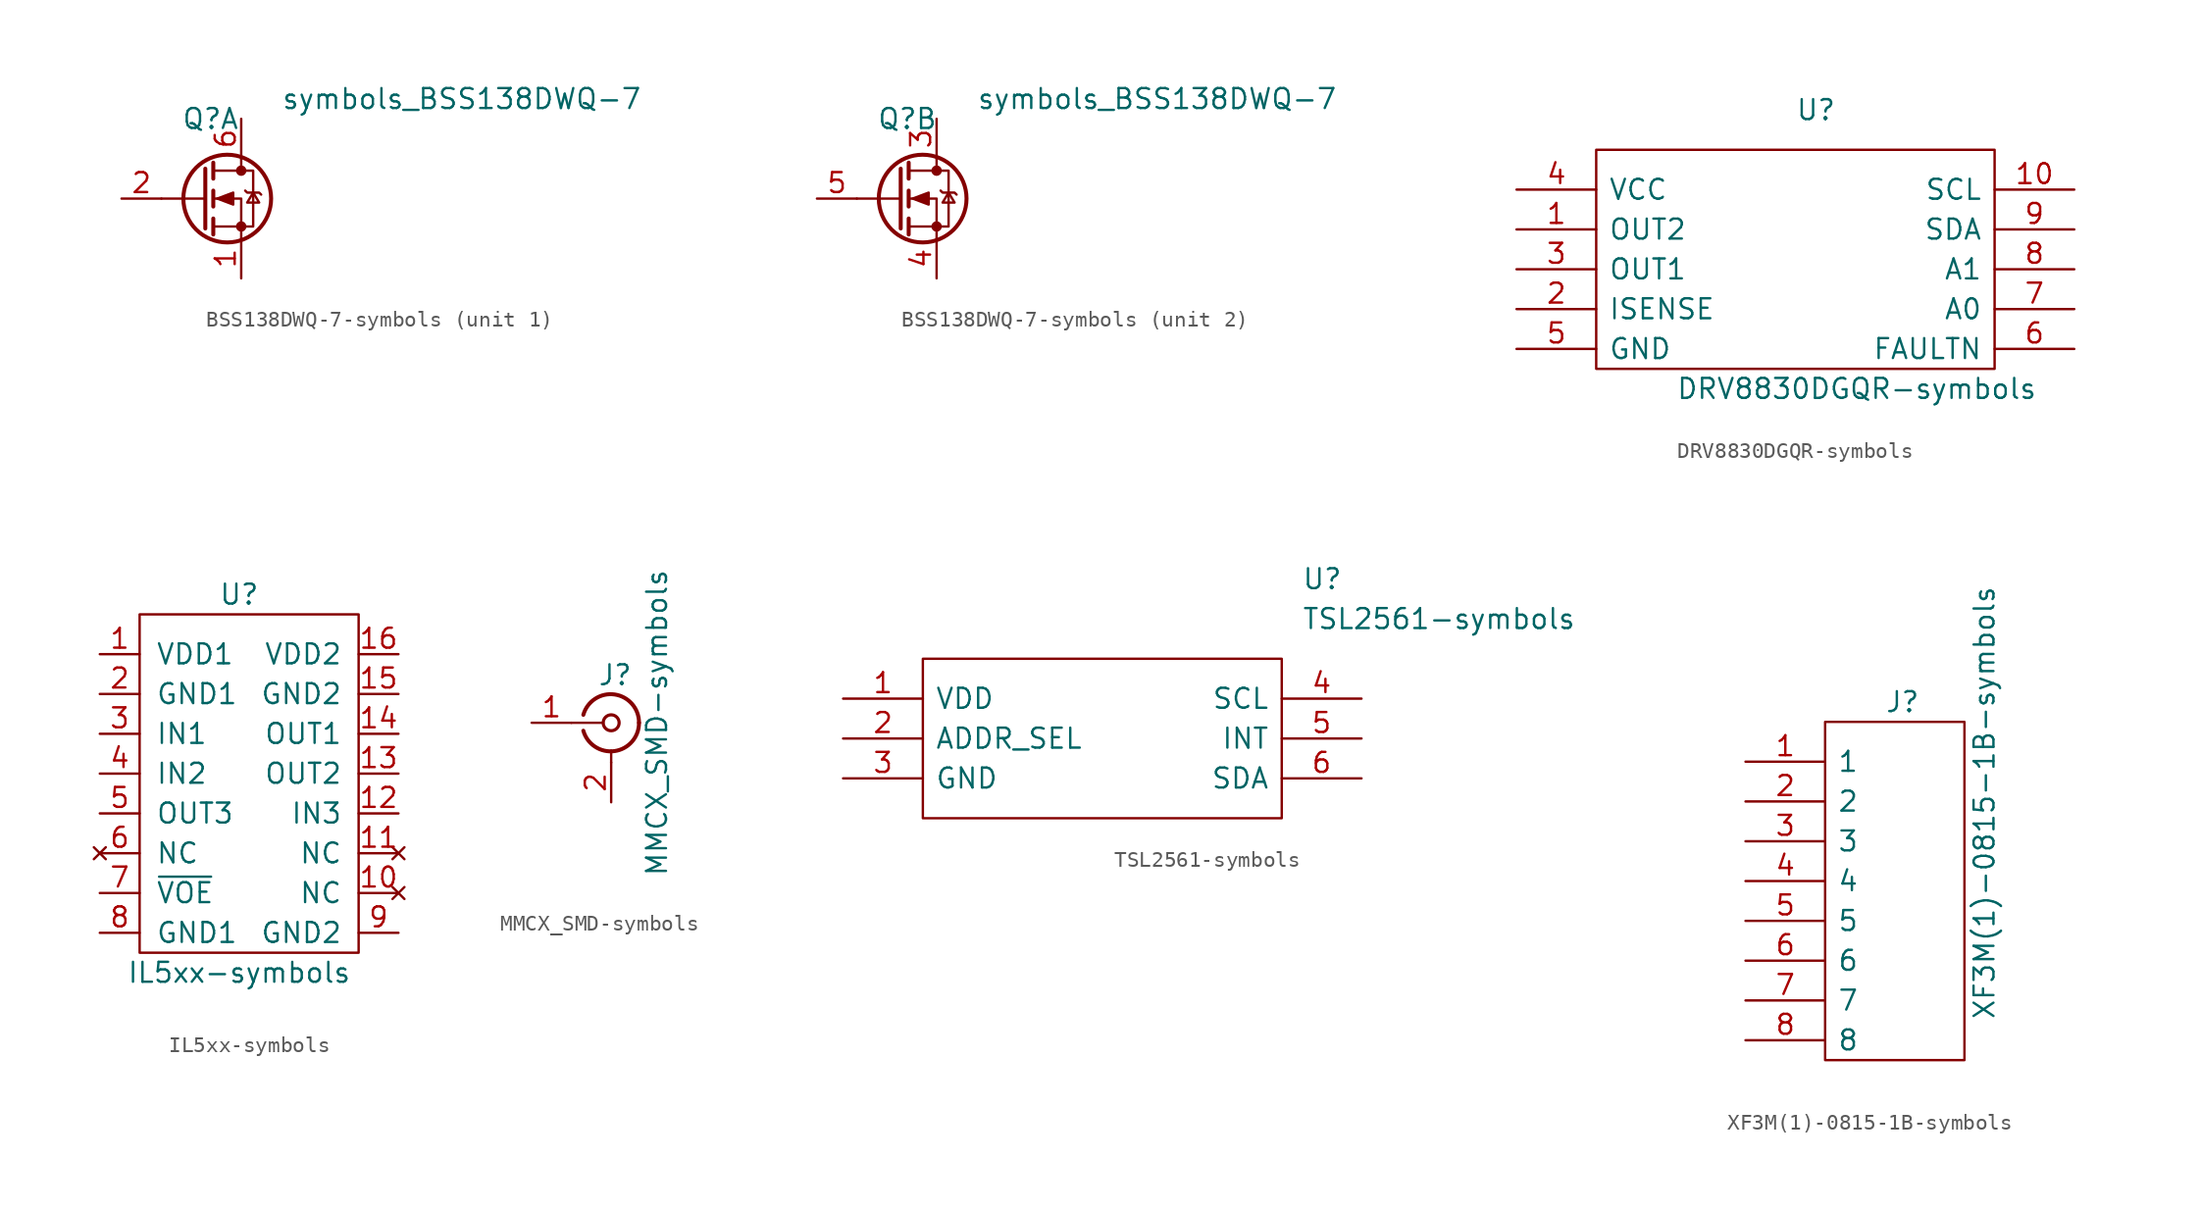
<source format=kicad_sym>
(kicad_symbol_lib
  (version 20220914)
  (generator kicad_symbol_editor)
  (symbol "BSS138DWQ-7-symbols"
    (pin_names
      (offset 0.762) hide)
    (property "Reference" "Q"
      (at -2.54 5.08 0)
      (effects (font (size 1.27 1.27)) (justify left)))
    (property "Value" "symbols_BSS138DWQ-7"
      (at 3.81 6.35 0)
      (effects (font (size 1.27 1.27)) (justify left)))
    (property "ki_locked" ""
      (at 0 0 0)
      (effects (font (size 1.27 1.27))))
    (symbol "BSS138DWQ-7-symbols_1_1"
      (polyline (pts (xy -1.016 0) (xy -3.81 0)) (stroke (width 0) (type solid)) (fill (type none)))
      (polyline (pts (xy -1.016 1.905) (xy -1.016 -1.905)) (stroke (width 0.254) (type solid)) (fill (type none)))
      (polyline (pts (xy -0.508 -1.27) (xy -0.508 -2.286)) (stroke (width 0.254) (type solid)) (fill (type none)))
      (polyline (pts (xy -0.508 0.508) (xy -0.508 -0.508)) (stroke (width 0.254) (type solid)) (fill (type none)))
      (polyline (pts (xy -0.508 2.286) (xy -0.508 1.27)) (stroke (width 0.254) (type solid)) (fill (type none)))
      (polyline (pts (xy 1.27 2.54) (xy 1.27 1.778)) (stroke (width 0) (type solid)) (fill (type none)))
      (polyline (pts (xy 1.27 -2.54) (xy 1.27 0) (xy -0.508 0)) (stroke (width 0) (type solid)) (fill (type none)))
      (polyline (pts (xy -0.508 -1.778) (xy 2.032 -1.778) (xy 2.032 1.778) (xy -0.508 1.778)) (stroke (width 0) (type solid)) (fill (type none)))
      (polyline (pts (xy -0.254 0) (xy 0.762 0.381) (xy 0.762 -0.381) (xy -0.254 0)) (stroke (width 0) (type solid)) (fill (type outline)))
      (polyline (pts (xy 1.524 0.508) (xy 1.651 0.381) (xy 2.413 0.381) (xy 2.54 0.254)) (stroke (width 0) (type solid)) (fill (type none)))
      (polyline (pts (xy 2.032 0.381) (xy 1.651 -0.254) (xy 2.413 -0.254) (xy 2.032 0.381)) (stroke (width 0) (type solid)) (fill (type none)))
      (circle (center 0.381 0) (radius 2.794) (stroke (width 0.254) (type solid)) (fill (type none)))
      (circle (center 1.27 -1.778) (radius 0.254) (stroke (width 0) (type solid)) (fill (type outline)))
      (circle (center 1.27 1.778) (radius 0.254) (stroke (width 0) (type solid)) (fill (type outline)))
      (pin passive line (at 1.27 -5.08 90) (length 2.54) (name "S2" (effects (font (size 1.27 1.27)))) (number "1" (effects (font (size 1.27 1.27)))))
      (pin input line (at -6.35 0 0) (length 2.54) (name "G2" (effects (font (size 1.27 1.27)))) (number "2" (effects (font (size 1.27 1.27)))))
      (pin passive line (at 1.27 5.08 270) (length 2.54) (name "D1" (effects (font (size 1.27 1.27)))) (number "6" (effects (font (size 1.27 1.27))))))
    (symbol "BSS138DWQ-7-symbols_2_1"
      (polyline (pts (xy -1.016 0) (xy -3.81 0)) (stroke (width 0) (type solid)) (fill (type none)))
      (polyline (pts (xy -1.016 1.905) (xy -1.016 -1.905)) (stroke (width 0.254) (type solid)) (fill (type none)))
      (polyline (pts (xy -0.508 -1.27) (xy -0.508 -2.286)) (stroke (width 0.254) (type solid)) (fill (type none)))
      (polyline (pts (xy -0.508 0.508) (xy -0.508 -0.508)) (stroke (width 0.254) (type solid)) (fill (type none)))
      (polyline (pts (xy -0.508 2.286) (xy -0.508 1.27)) (stroke (width 0.254) (type solid)) (fill (type none)))
      (polyline (pts (xy 1.27 2.54) (xy 1.27 1.778)) (stroke (width 0) (type solid)) (fill (type none)))
      (polyline (pts (xy 1.27 -2.54) (xy 1.27 0) (xy -0.508 0)) (stroke (width 0) (type solid)) (fill (type none)))
      (polyline (pts (xy -0.508 -1.778) (xy 2.032 -1.778) (xy 2.032 1.778) (xy -0.508 1.778)) (stroke (width 0) (type solid)) (fill (type none)))
      (polyline (pts (xy -0.254 0) (xy 0.762 0.381) (xy 0.762 -0.381) (xy -0.254 0)) (stroke (width 0) (type solid)) (fill (type outline)))
      (polyline (pts (xy 1.524 0.508) (xy 1.651 0.381) (xy 2.413 0.381) (xy 2.54 0.254)) (stroke (width 0) (type solid)) (fill (type none)))
      (polyline (pts (xy 2.032 0.381) (xy 1.651 -0.254) (xy 2.413 -0.254) (xy 2.032 0.381)) (stroke (width 0) (type solid)) (fill (type none)))
      (circle (center 0.381 0) (radius 2.794) (stroke (width 0.254) (type solid)) (fill (type none)))
      (circle (center 1.27 -1.778) (radius 0.254) (stroke (width 0) (type solid)) (fill (type outline)))
      (circle (center 1.27 1.778) (radius 0.254) (stroke (width 0) (type solid)) (fill (type outline)))
      (pin passive line (at 1.27 5.08 270) (length 2.54) (name "D2" (effects (font (size 1.27 1.27)))) (number "3" (effects (font (size 1.27 1.27)))))
      (pin passive line (at 1.27 -5.08 90) (length 2.54) (name "S1" (effects (font (size 1.27 1.27)))) (number "4" (effects (font (size 1.27 1.27)))))
      (pin input line (at -6.35 0 0) (length 2.54) (name "G1" (effects (font (size 1.27 1.27)))) (number "5" (effects (font (size 1.27 1.27)))))))
  (symbol "DRV8830DGQR-symbols"
    (pin_names
      (offset 0.762))
    (property "Reference" "U"
      (at 0 10.16 0)
      (effects (font (size 1.27 1.27)) (justify left)))
    (property "Value" "DRV8830DGQR-symbols"
      (at -7.62 -7.62 0)
      (effects (font (size 1.27 1.27)) (justify left)))
    (symbol "DRV8830DGQR-symbols_0_0"
      (pin output line (at -17.78 2.54 0) (length 5.08) (name "OUT2" (effects (font (size 1.27 1.27)))) (number "1" (effects (font (size 1.27 1.27)))))
      (pin unspecified line (at 17.78 5.08 180) (length 5.08) (name "SCL" (effects (font (size 1.27 1.27)))) (number "10" (effects (font (size 1.27 1.27)))))
      (pin unspecified line (at -17.78 -5.08 0) (length 5.08) hide (name "EP" (effects (font (size 1.27 1.27)))) (number "11" (effects (font (size 1.27 1.27)))))
      (pin unspecified line (at -17.78 -2.54 0) (length 5.08) (name "ISENSE" (effects (font (size 1.27 1.27)))) (number "2" (effects (font (size 1.27 1.27)))))
      (pin output line (at -17.78 0 0) (length 5.08) (name "OUT1" (effects (font (size 1.27 1.27)))) (number "3" (effects (font (size 1.27 1.27)))))
      (pin power_in line (at -17.78 5.08 0) (length 5.08) (name "VCC" (effects (font (size 1.27 1.27)))) (number "4" (effects (font (size 1.27 1.27)))))
      (pin power_in line (at -17.78 -5.08 0) (length 5.08) (name "GND" (effects (font (size 1.27 1.27)))) (number "5" (effects (font (size 1.27 1.27)))))
      (pin unspecified line (at 17.78 -5.08 180) (length 5.08) (name "FAULTN" (effects (font (size 1.27 1.27)))) (number "6" (effects (font (size 1.27 1.27)))))
      (pin unspecified line (at 17.78 -2.54 180) (length 5.08) (name "A0" (effects (font (size 1.27 1.27)))) (number "7" (effects (font (size 1.27 1.27)))))
      (pin unspecified line (at 17.78 0 180) (length 5.08) (name "A1" (effects (font (size 1.27 1.27)))) (number "8" (effects (font (size 1.27 1.27)))))
      (pin unspecified line (at 17.78 2.54 180) (length 5.08) (name "SDA" (effects (font (size 1.27 1.27)))) (number "9" (effects (font (size 1.27 1.27))))))
    (symbol "DRV8830DGQR-symbols_0_1"
      (rectangle (start -12.7 7.62) (end 12.7 -6.35) (stroke (width 0) (type solid)) (fill (type none)))))
  (symbol "IL5xx-symbols"
    (pin_names
      (offset 1.016))
    (property "Reference" "U"
      (at 0 12.7 0)
      (effects (font (size 1.27 1.27))))
    (property "Value" "IL5xx-symbols"
      (at 0 -11.43 0)
      (effects (font (size 1.27 1.27))))
    (symbol "IL5xx-symbols_0_0"
      (pin no_connect line (at 10.16 -6.35 180) (length 2.54) (name "NC" (effects (font (size 1.27 1.27)))) (number "10" (effects (font (size 1.27 1.27)))))
      (pin no_connect line (at 10.16 -3.81 180) (length 2.54) (name "NC" (effects (font (size 1.27 1.27)))) (number "11" (effects (font (size 1.27 1.27)))))
      (pin unspecified line (at 10.16 -1.27 180) (length 2.54) (name "IN3" (effects (font (size 1.27 1.27)))) (number "12" (effects (font (size 1.27 1.27)))))
      (pin unspecified line (at 10.16 1.27 180) (length 2.54) (name "OUT2" (effects (font (size 1.27 1.27)))) (number "13" (effects (font (size 1.27 1.27)))))
      (pin unspecified line (at 10.16 3.81 180) (length 2.54) (name "OUT1" (effects (font (size 1.27 1.27)))) (number "14" (effects (font (size 1.27 1.27)))))
      (pin unspecified line (at 10.16 6.35 180) (length 2.54) (name "GND2" (effects (font (size 1.27 1.27)))) (number "15" (effects (font (size 1.27 1.27)))))
      (pin unspecified line (at 10.16 8.89 180) (length 2.54) (name "VDD2" (effects (font (size 1.27 1.27)))) (number "16" (effects (font (size 1.27 1.27)))))
      (pin input line (at -8.89 3.81 0) (length 2.54) (name "IN1" (effects (font (size 1.27 1.27)))) (number "3" (effects (font (size 1.27 1.27)))))
      (pin unspecified line (at -8.89 1.27 0) (length 2.54) (name "IN2" (effects (font (size 1.27 1.27)))) (number "4" (effects (font (size 1.27 1.27)))))
      (pin unspecified line (at -8.89 -1.27 0) (length 2.54) (name "OUT3" (effects (font (size 1.27 1.27)))) (number "5" (effects (font (size 1.27 1.27)))))
      (pin no_connect line (at -8.89 -3.81 0) (length 2.54) (name "NC" (effects (font (size 1.27 1.27)))) (number "6" (effects (font (size 1.27 1.27)))))
      (pin unspecified line (at -8.89 -6.35 0) (length 2.54) (name "~{VOE}" (effects (font (size 1.27 1.27)))) (number "7" (effects (font (size 1.27 1.27)))))
      (pin unspecified line (at -8.89 -8.89 0) (length 2.54) (name "GND1" (effects (font (size 1.27 1.27)))) (number "8" (effects (font (size 1.27 1.27)))))
      (pin unspecified line (at 10.16 -8.89 180) (length 2.54) (name "GND2" (effects (font (size 1.27 1.27)))) (number "9" (effects (font (size 1.27 1.27))))))
    (symbol "IL5xx-symbols_0_1"
      (rectangle (start -6.35 11.43) (end 7.62 -10.16) (stroke (width 0) (type solid)) (fill (type none))))
    (symbol "IL5xx-symbols_1_1"
      (pin input line (at -8.89 8.89 0) (length 2.54) (name "VDD1" (effects (font (size 1.27 1.27)))) (number "1" (effects (font (size 1.27 1.27)))))
      (pin input line (at -8.89 6.35 0) (length 2.54) (name "GND1" (effects (font (size 1.27 1.27)))) (number "2" (effects (font (size 1.27 1.27)))))))
  (symbol "MMCX_SMD-symbols"
    (pin_names
      (offset 1.016) hide)
    (property "Reference" "J"
      (at 0.254 3.048 0)
      (effects (font (size 1.27 1.27))))
    (property "Value" "MMCX_SMD-symbols"
      (at 2.921 0 90)
      (effects (font (size 1.27 1.27))))
    (symbol "MMCX_SMD-symbols_0_1"
      (arc (start -1.778 -0.508) (mid 0.2311 -1.8066) (end 1.778 0) (stroke (width 0.254) (type solid)) (fill (type none)))
      (polyline (pts (xy -2.54 0) (xy -0.508 0)) (stroke (width 0) (type solid)) (fill (type none)))
      (polyline (pts (xy 0 -2.54) (xy 0 -1.778)) (stroke (width 0) (type solid)) (fill (type none)))
      (circle (center 0 0) (radius 0.508) (stroke (width 0.203) (type solid)) (fill (type none)))
      (arc (start 1.778 0) (mid 0.2099 1.8101) (end -1.778 0.508) (stroke (width 0.254) (type solid)) (fill (type none))))
    (symbol "MMCX_SMD-symbols_1_1"
      (pin passive line (at -5.08 0 0) (length 2.54) (name "In" (effects (font (size 1.27 1.27)))) (number "1" (effects (font (size 1.27 1.27)))))
      (pin passive line (at 0 -5.08 90) (length 2.54) (name "Ext" (effects (font (size 1.27 1.27)))) (number "2" (effects (font (size 1.27 1.27)))))
      (pin passive line (at 0 -5.08 90) (length 2.54) hide (name "3" (effects (font (size 1.27 1.27)))) (number "3" (effects (font (size 1.27 1.27)))))
      (pin passive line (at 0 -5.08 90) (length 2.54) hide (name "4" (effects (font (size 1.27 1.27)))) (number "4" (effects (font (size 1.27 1.27)))))
      (pin passive line (at 0 -5.08 90) (length 2.54) hide (name "5" (effects (font (size 1.27 1.27)))) (number "5" (effects (font (size 1.27 1.27)))))))
  (symbol "TSL2561-symbols"
    (pin_names
      (offset 0.762))
    (property "Reference" "U"
      (at 29.21 7.62 0)
      (effects (font (size 1.27 1.27)) (justify left)))
    (property "Value" "TSL2561-symbols"
      (at 29.21 5.08 0)
      (effects (font (size 1.27 1.27)) (justify left)))
    (symbol "TSL2561-symbols_0_0"
      (pin unspecified line (at 0 0 0) (length 5.08) (name "VDD" (effects (font (size 1.27 1.27)))) (number "1" (effects (font (size 1.27 1.27)))))
      (pin unspecified line (at 0 -2.54 0) (length 5.08) (name "ADDR_SEL" (effects (font (size 1.27 1.27)))) (number "2" (effects (font (size 1.27 1.27)))))
      (pin unspecified line (at 0 -5.08 0) (length 5.08) (name "GND" (effects (font (size 1.27 1.27)))) (number "3" (effects (font (size 1.27 1.27)))))
      (pin unspecified line (at 33.02 0 180) (length 5.08) (name "SCL" (effects (font (size 1.27 1.27)))) (number "4" (effects (font (size 1.27 1.27)))))
      (pin unspecified line (at 33.02 -2.54 180) (length 5.08) (name "INT" (effects (font (size 1.27 1.27)))) (number "5" (effects (font (size 1.27 1.27)))))
      (pin unspecified line (at 33.02 -5.08 180) (length 5.08) (name "SDA" (effects (font (size 1.27 1.27)))) (number "6" (effects (font (size 1.27 1.27))))))
    (symbol "TSL2561-symbols_0_1"
      (polyline (pts (xy 5.08 2.54) (xy 27.94 2.54) (xy 27.94 -7.62) (xy 5.08 -7.62) (xy 5.08 2.54)) (stroke (width 0.152) (type solid)) (fill (type none)))))
  (symbol "XF3M(1)-0815-1B-symbols"
    (pin_names
      (offset 0.762))
    (property "Reference" "J"
      (at -1.27 11.43 0)
      (effects (font (size 1.27 1.27)) (justify left)))
    (property "Value" "XF3M(1)-0815-1B-symbols"
      (at 5.08 -8.89 90)
      (effects (font (size 1.27 1.27)) (justify left)))
    (symbol "XF3M(1)-0815-1B-symbols_0_0"
      (pin unspecified line (at -10.16 7.62 0) (length 5.08) (name "1" (effects (font (size 1.27 1.27)))) (number "1" (effects (font (size 1.27 1.27)))))
      (pin unspecified line (at -10.16 5.08 0) (length 5.08) (name "2" (effects (font (size 1.27 1.27)))) (number "2" (effects (font (size 1.27 1.27)))))
      (pin unspecified line (at -10.16 2.54 0) (length 5.08) (name "3" (effects (font (size 1.27 1.27)))) (number "3" (effects (font (size 1.27 1.27)))))
      (pin unspecified line (at -10.16 0 0) (length 5.08) (name "4" (effects (font (size 1.27 1.27)))) (number "4" (effects (font (size 1.27 1.27)))))
      (pin unspecified line (at -10.16 -2.54 0) (length 5.08) (name "5" (effects (font (size 1.27 1.27)))) (number "5" (effects (font (size 1.27 1.27)))))
      (pin unspecified line (at -10.16 -5.08 0) (length 5.08) (name "6" (effects (font (size 1.27 1.27)))) (number "6" (effects (font (size 1.27 1.27)))))
      (pin unspecified line (at 0.254 -8.382 90) (length 5.08) hide (name "MP1" (effects (font (size 1.27 1.27)))) (number "MP1" (effects (font (size 1.27 1.27)))))
      (pin unspecified line (at 0.254 -8.382 90) (length 5.08) hide (name "MP2" (effects (font (size 1.27 1.27)))) (number "MP2" (effects (font (size 1.27 1.27))))))
    (symbol "XF3M(1)-0815-1B-symbols_0_1"
      (rectangle (start -5.08 10.16) (end 3.81 -11.43) (stroke (width 0) (type solid)) (fill (type none))))
    (symbol "XF3M(1)-0815-1B-symbols_1_1"
      (pin unspecified line (at -10.16 -7.62 0) (length 5.08) (name "7" (effects (font (size 1.27 1.27)))) (number "7" (effects (font (size 1.27 1.27)))))
      (pin input line (at -10.16 -10.16 0) (length 5.08) (name "8" (effects (font (size 1.27 1.27)))) (number "8" (effects (font (size 1.27 1.27))))))))
</source>
